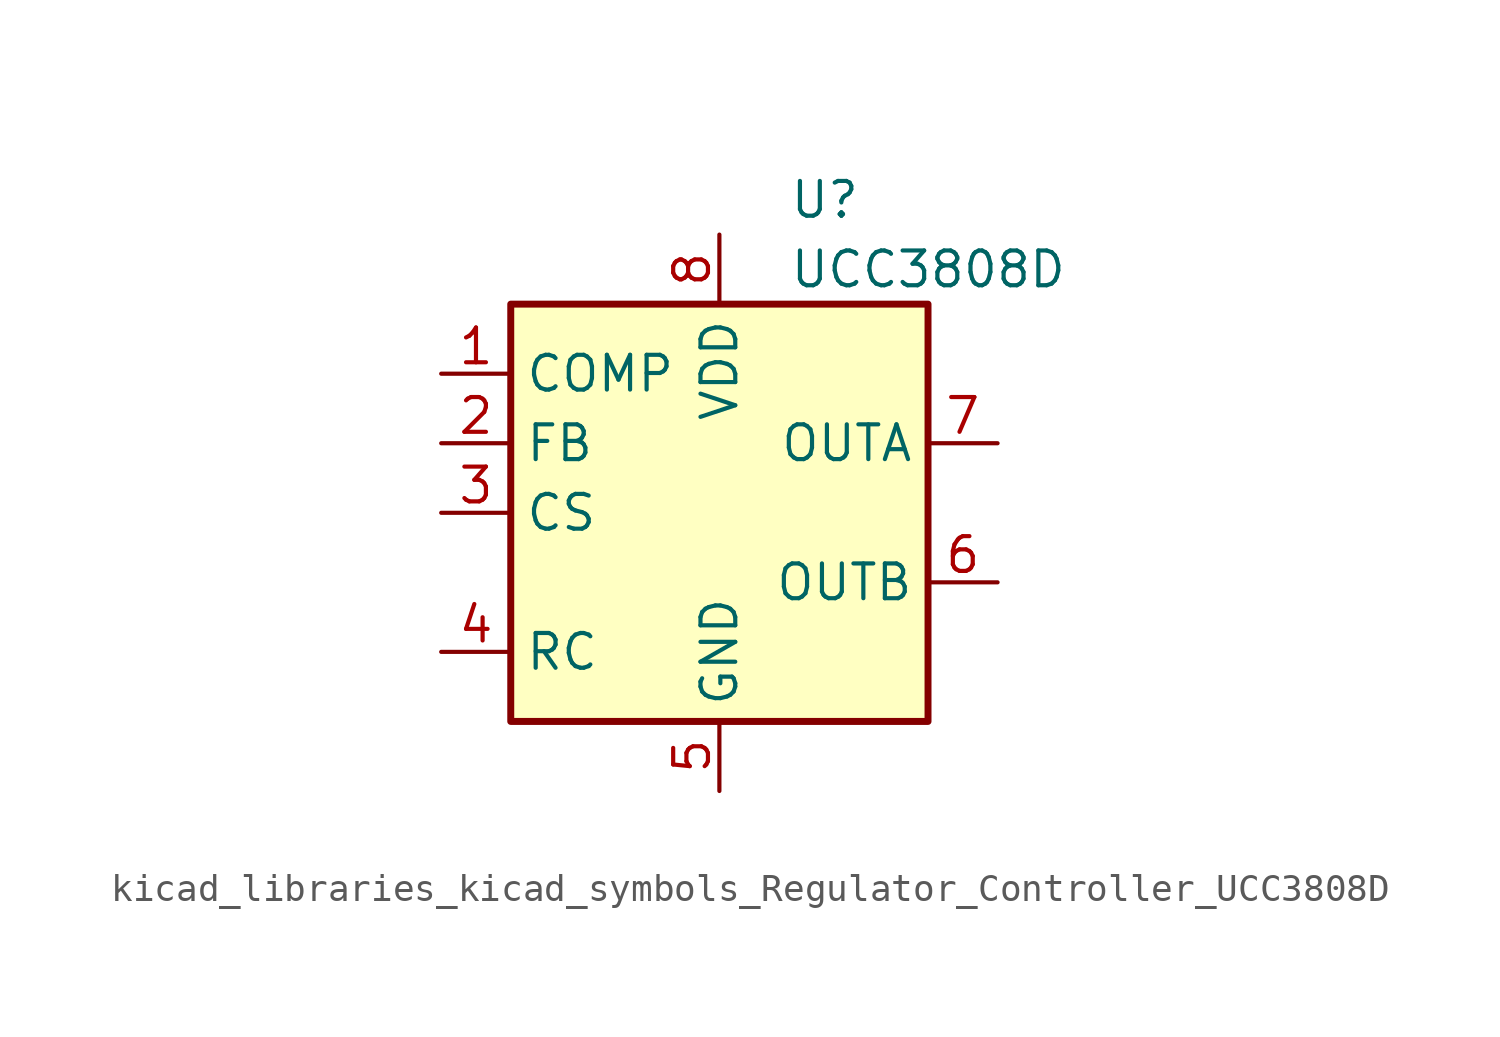
<source format=kicad_sym>
(kicad_symbol_lib
  (version 20220914)
  (generator kicad_symbol_editor)
  (symbol "kicad_libraries_kicad_symbols_Regulator_Controller_UCC3808D"
    (property "Reference" "U"
      (at 2.54 11.43 0)
      (effects (font (size 1.27 1.27)) (justify left)))
    (property "Value" "UCC3808D"
      (at 2.54 8.89 0)
      (effects (font (size 1.27 1.27)) (justify left)))
    (symbol "kicad_libraries_kicad_symbols_Regulator_Controller_UCC3808D_0_1"
      (rectangle (start -7.62 -7.62) (end 7.62 7.62) (stroke (width 0.254) (type default)) (fill (type background))))
    (symbol "kicad_libraries_kicad_symbols_Regulator_Controller_UCC3808D_1_1"
      (pin passive line (at -10.16 5.08 0) (length 2.54) (name "COMP" (effects (font (size 1.27 1.27)))) (number "1" (effects (font (size 1.27 1.27)))))
      (pin input line (at -10.16 2.54 0) (length 2.54) (name "FB" (effects (font (size 1.27 1.27)))) (number "2" (effects (font (size 1.27 1.27)))))
      (pin input line (at -10.16 0 0) (length 2.54) (name "CS" (effects (font (size 1.27 1.27)))) (number "3" (effects (font (size 1.27 1.27)))))
      (pin passive line (at -10.16 -5.08 0) (length 2.54) (name "RC" (effects (font (size 1.27 1.27)))) (number "4" (effects (font (size 1.27 1.27)))))
      (pin power_in line (at 0 -10.16 90) (length 2.54) (name "GND" (effects (font (size 1.27 1.27)))) (number "5" (effects (font (size 1.27 1.27)))))
      (pin output line (at 10.16 -2.54 180) (length 2.54) (name "OUTB" (effects (font (size 1.27 1.27)))) (number "6" (effects (font (size 1.27 1.27)))))
      (pin output line (at 10.16 2.54 180) (length 2.54) (name "OUTA" (effects (font (size 1.27 1.27)))) (number "7" (effects (font (size 1.27 1.27)))))
      (pin power_in line (at 0 10.16 270) (length 2.54) (name "VDD" (effects (font (size 1.27 1.27)))) (number "8" (effects (font (size 1.27 1.27))))))))
</source>
